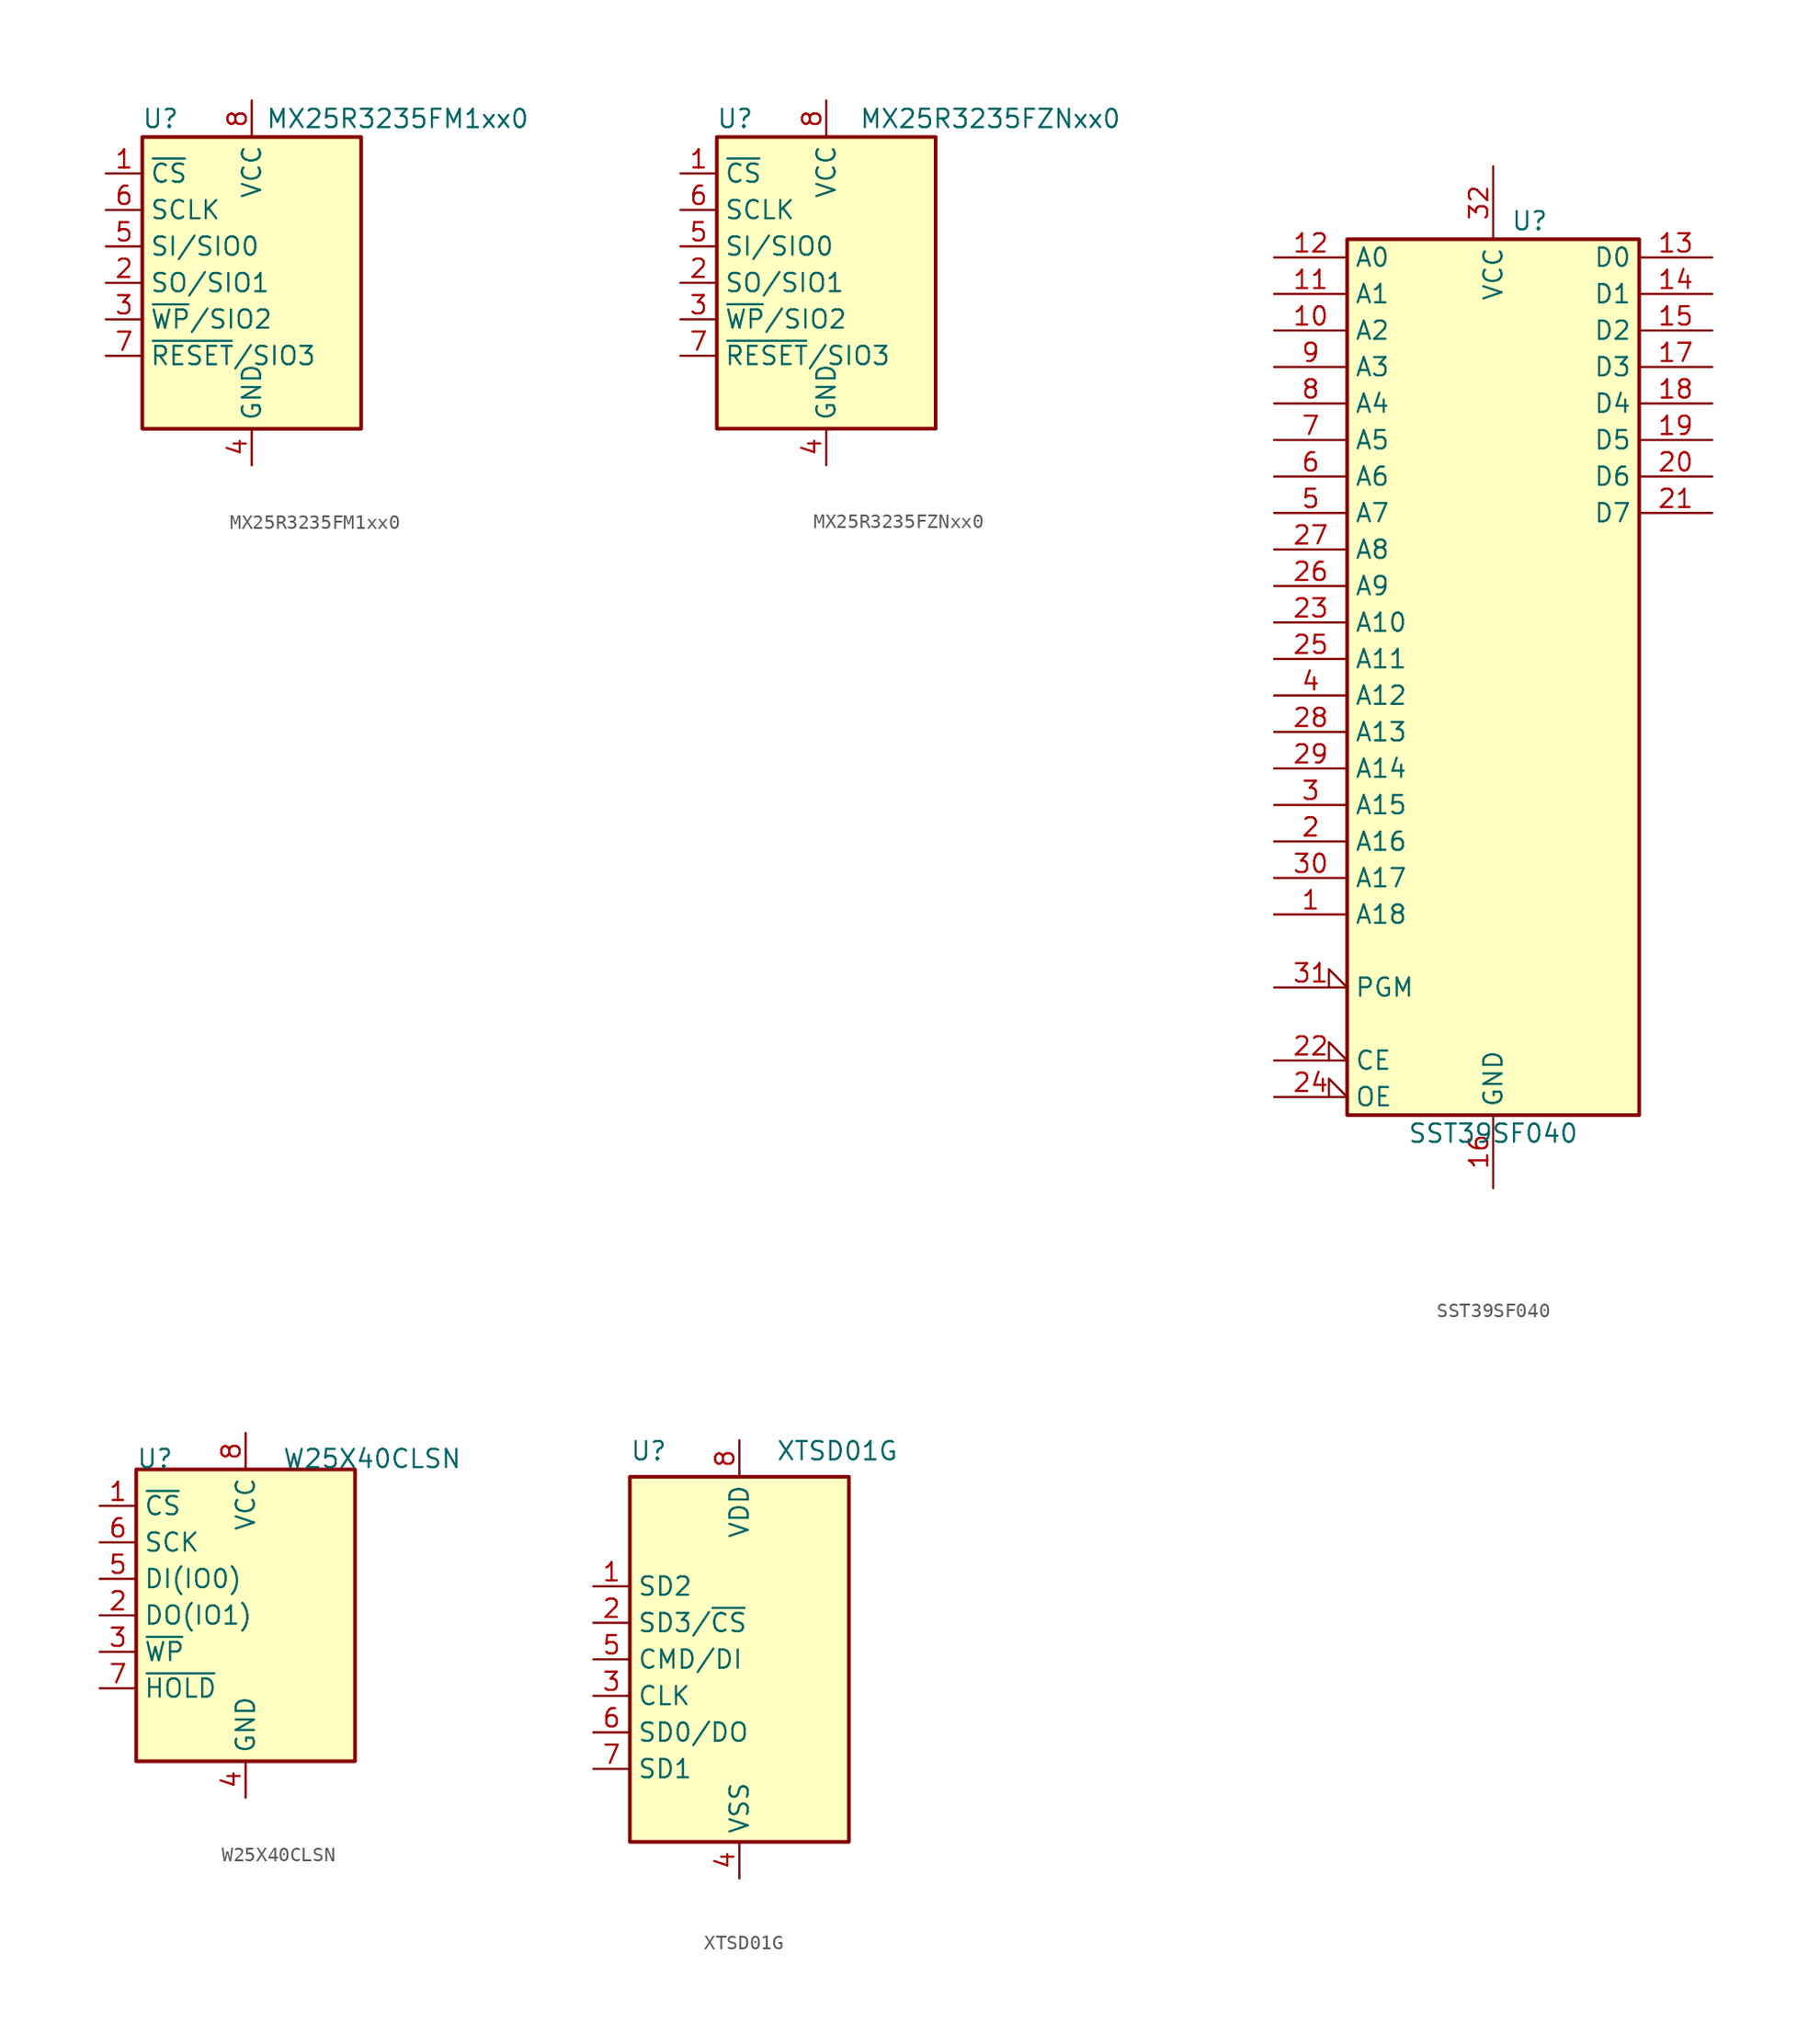
<source format=kicad_sym>
(kicad_symbol_lib
  (version 20231120)
  (generator "kicad_symbol_editor")
  (generator_version "8.0")
  (symbol "MX25R3235FM1xx0"
    (property "Reference" "U"
      (at -6.35 11.43 0)
      (effects (font (size 1.27 1.27))))
    (property "Value" "MX25R3235FM1xx0"
      (at 10.16 11.43 0)
      (effects (font (size 1.27 1.27))))
    (symbol "MX25R3235FM1xx0_0_1"
      (rectangle (start -7.62 10.16) (end 7.62 -10.16) (stroke (width 0.254) (type default)) (fill (type background))))
    (symbol "MX25R3235FM1xx0_1_1"
      (pin input line (at -10.16 7.62 0) (length 2.54) (name "~{CS}" (effects (font (size 1.27 1.27)))) (number "1" (effects (font (size 1.27 1.27)))))
      (pin bidirectional line (at -10.16 0 0) (length 2.54) (name "SO/SIO1" (effects (font (size 1.27 1.27)))) (number "2" (effects (font (size 1.27 1.27)))))
      (pin bidirectional line (at -10.16 -2.54 0) (length 2.54) (name "~{WP}/SIO2" (effects (font (size 1.27 1.27)))) (number "3" (effects (font (size 1.27 1.27)))))
      (pin power_in line (at 0 -12.7 90) (length 2.54) (name "GND" (effects (font (size 1.27 1.27)))) (number "4" (effects (font (size 1.27 1.27)))))
      (pin bidirectional line (at -10.16 2.54 0) (length 2.54) (name "SI/SIO0" (effects (font (size 1.27 1.27)))) (number "5" (effects (font (size 1.27 1.27)))))
      (pin input line (at -10.16 5.08 0) (length 2.54) (name "SCLK" (effects (font (size 1.27 1.27)))) (number "6" (effects (font (size 1.27 1.27)))))
      (pin bidirectional line (at -10.16 -5.08 0) (length 2.54) (name "~{RESET}/SIO3" (effects (font (size 1.27 1.27)))) (number "7" (effects (font (size 1.27 1.27)))))
      (pin power_in line (at 0 12.7 270) (length 2.54) (name "VCC" (effects (font (size 1.27 1.27)))) (number "8" (effects (font (size 1.27 1.27)))))))
  (symbol "MX25R3235FZNxx0"
    (property "Reference" "U"
      (at -6.35 11.43 0)
      (effects (font (size 1.27 1.27))))
    (property "Value" "MX25R3235FZNxx0"
      (at 11.43 11.43 0)
      (effects (font (size 1.27 1.27))))
    (symbol "MX25R3235FZNxx0_0_1"
      (rectangle (start -7.62 10.16) (end 7.62 -10.16) (stroke (width 0.254) (type default)) (fill (type background))))
    (symbol "MX25R3235FZNxx0_1_1"
      (pin input line (at -10.16 7.62 0) (length 2.54) (name "~{CS}" (effects (font (size 1.27 1.27)))) (number "1" (effects (font (size 1.27 1.27)))))
      (pin bidirectional line (at -10.16 0 0) (length 2.54) (name "SO/SIO1" (effects (font (size 1.27 1.27)))) (number "2" (effects (font (size 1.27 1.27)))))
      (pin bidirectional line (at -10.16 -2.54 0) (length 2.54) (name "~{WP}/SIO2" (effects (font (size 1.27 1.27)))) (number "3" (effects (font (size 1.27 1.27)))))
      (pin power_in line (at 0 -12.7 90) (length 2.54) (name "GND" (effects (font (size 1.27 1.27)))) (number "4" (effects (font (size 1.27 1.27)))))
      (pin bidirectional line (at -10.16 2.54 0) (length 2.54) (name "SI/SIO0" (effects (font (size 1.27 1.27)))) (number "5" (effects (font (size 1.27 1.27)))))
      (pin input line (at -10.16 5.08 0) (length 2.54) (name "SCLK" (effects (font (size 1.27 1.27)))) (number "6" (effects (font (size 1.27 1.27)))))
      (pin bidirectional line (at -10.16 -5.08 0) (length 2.54) (name "~{RESET}/SIO3" (effects (font (size 1.27 1.27)))) (number "7" (effects (font (size 1.27 1.27)))))
      (pin power_in line (at 0 12.7 270) (length 2.54) (name "VCC" (effects (font (size 1.27 1.27)))) (number "8" (effects (font (size 1.27 1.27)))))
      (pin passive line (at 0 -12.7 90) (length 2.54) hide (name "GND" (effects (font (size 1.27 1.27)))) (number "9" (effects (font (size 1.27 1.27)))))))
  (symbol "SST39SF040"
    (property "Reference" "U"
      (at 2.54 33.02 0)
      (effects (font (size 1.27 1.27))))
    (property "Value" "SST39SF040"
      (at 0 -30.48 0)
      (effects (font (size 1.27 1.27))))
    (symbol "SST39SF040_0_0"
      (pin power_in line (at 0 -34.29 90) (length 5.08) (name "GND" (effects (font (size 1.27 1.27)))) (number "16" (effects (font (size 1.27 1.27)))))
      (pin power_in line (at 0 36.83 270) (length 5.08) (name "VCC" (effects (font (size 1.27 1.27)))) (number "32" (effects (font (size 1.27 1.27))))))
    (symbol "SST39SF040_0_1"
      (rectangle (start -10.16 31.75) (end 10.16 -29.21) (stroke (width 0.254) (type default)) (fill (type background))))
    (symbol "SST39SF040_1_1"
      (pin input line (at -15.24 -15.24 0) (length 5.08) (name "A18" (effects (font (size 1.27 1.27)))) (number "1" (effects (font (size 1.27 1.27)))))
      (pin input line (at -15.24 25.4 0) (length 5.08) (name "A2" (effects (font (size 1.27 1.27)))) (number "10" (effects (font (size 1.27 1.27)))))
      (pin input line (at -15.24 27.94 0) (length 5.08) (name "A1" (effects (font (size 1.27 1.27)))) (number "11" (effects (font (size 1.27 1.27)))))
      (pin input line (at -15.24 30.48 0) (length 5.08) (name "A0" (effects (font (size 1.27 1.27)))) (number "12" (effects (font (size 1.27 1.27)))))
      (pin tri_state line (at 15.24 30.48 180) (length 5.08) (name "D0" (effects (font (size 1.27 1.27)))) (number "13" (effects (font (size 1.27 1.27)))))
      (pin tri_state line (at 15.24 27.94 180) (length 5.08) (name "D1" (effects (font (size 1.27 1.27)))) (number "14" (effects (font (size 1.27 1.27)))))
      (pin tri_state line (at 15.24 25.4 180) (length 5.08) (name "D2" (effects (font (size 1.27 1.27)))) (number "15" (effects (font (size 1.27 1.27)))))
      (pin tri_state line (at 15.24 22.86 180) (length 5.08) (name "D3" (effects (font (size 1.27 1.27)))) (number "17" (effects (font (size 1.27 1.27)))))
      (pin tri_state line (at 15.24 20.32 180) (length 5.08) (name "D4" (effects (font (size 1.27 1.27)))) (number "18" (effects (font (size 1.27 1.27)))))
      (pin tri_state line (at 15.24 17.78 180) (length 5.08) (name "D5" (effects (font (size 1.27 1.27)))) (number "19" (effects (font (size 1.27 1.27)))))
      (pin input line (at -15.24 -10.16 0) (length 5.08) (name "A16" (effects (font (size 1.27 1.27)))) (number "2" (effects (font (size 1.27 1.27)))))
      (pin tri_state line (at 15.24 15.24 180) (length 5.08) (name "D6" (effects (font (size 1.27 1.27)))) (number "20" (effects (font (size 1.27 1.27)))))
      (pin tri_state line (at 15.24 12.7 180) (length 5.08) (name "D7" (effects (font (size 1.27 1.27)))) (number "21" (effects (font (size 1.27 1.27)))))
      (pin input input_low (at -15.24 -25.4 0) (length 5.08) (name "CE" (effects (font (size 1.27 1.27)))) (number "22" (effects (font (size 1.27 1.27)))))
      (pin input line (at -15.24 5.08 0) (length 5.08) (name "A10" (effects (font (size 1.27 1.27)))) (number "23" (effects (font (size 1.27 1.27)))))
      (pin input input_low (at -15.24 -27.94 0) (length 5.08) (name "OE" (effects (font (size 1.27 1.27)))) (number "24" (effects (font (size 1.27 1.27)))))
      (pin input line (at -15.24 2.54 0) (length 5.08) (name "A11" (effects (font (size 1.27 1.27)))) (number "25" (effects (font (size 1.27 1.27)))))
      (pin input line (at -15.24 7.62 0) (length 5.08) (name "A9" (effects (font (size 1.27 1.27)))) (number "26" (effects (font (size 1.27 1.27)))))
      (pin input line (at -15.24 10.16 0) (length 5.08) (name "A8" (effects (font (size 1.27 1.27)))) (number "27" (effects (font (size 1.27 1.27)))))
      (pin input line (at -15.24 -2.54 0) (length 5.08) (name "A13" (effects (font (size 1.27 1.27)))) (number "28" (effects (font (size 1.27 1.27)))))
      (pin input line (at -15.24 -5.08 0) (length 5.08) (name "A14" (effects (font (size 1.27 1.27)))) (number "29" (effects (font (size 1.27 1.27)))))
      (pin input line (at -15.24 -7.62 0) (length 5.08) (name "A15" (effects (font (size 1.27 1.27)))) (number "3" (effects (font (size 1.27 1.27)))))
      (pin input line (at -15.24 -12.7 0) (length 5.08) (name "A17" (effects (font (size 1.27 1.27)))) (number "30" (effects (font (size 1.27 1.27)))))
      (pin input input_low (at -15.24 -20.32 0) (length 5.08) (name "PGM" (effects (font (size 1.27 1.27)))) (number "31" (effects (font (size 1.27 1.27)))))
      (pin input line (at -15.24 0 0) (length 5.08) (name "A12" (effects (font (size 1.27 1.27)))) (number "4" (effects (font (size 1.27 1.27)))))
      (pin input line (at -15.24 12.7 0) (length 5.08) (name "A7" (effects (font (size 1.27 1.27)))) (number "5" (effects (font (size 1.27 1.27)))))
      (pin input line (at -15.24 15.24 0) (length 5.08) (name "A6" (effects (font (size 1.27 1.27)))) (number "6" (effects (font (size 1.27 1.27)))))
      (pin input line (at -15.24 17.78 0) (length 5.08) (name "A5" (effects (font (size 1.27 1.27)))) (number "7" (effects (font (size 1.27 1.27)))))
      (pin input line (at -15.24 20.32 0) (length 5.08) (name "A4" (effects (font (size 1.27 1.27)))) (number "8" (effects (font (size 1.27 1.27)))))
      (pin input line (at -15.24 22.86 0) (length 5.08) (name "A3" (effects (font (size 1.27 1.27)))) (number "9" (effects (font (size 1.27 1.27)))))))
  (symbol "W25X40CLSN"
    (property "Reference" "U"
      (at -7.62 10.16 0)
      (effects (font (size 1.27 1.27)) (justify left bottom)))
    (property "Value" "W25X40CLSN"
      (at 2.54 10.16 0)
      (effects (font (size 1.27 1.27)) (justify left bottom)))
    (symbol "W25X40CLSN_0_1"
      (rectangle (start -7.62 10.16) (end 7.62 -10.16) (stroke (width 0.254) (type default)) (fill (type background))))
    (symbol "W25X40CLSN_1_1"
      (pin input line (at -10.16 7.62 0) (length 2.54) (name "~{CS}" (effects (font (size 1.27 1.27)))) (number "1" (effects (font (size 1.27 1.27)))))
      (pin bidirectional line (at -10.16 0 0) (length 2.54) (name "DO(IO1)" (effects (font (size 1.27 1.27)))) (number "2" (effects (font (size 1.27 1.27)))))
      (pin bidirectional line (at -10.16 -2.54 0) (length 2.54) (name "~{WP}" (effects (font (size 1.27 1.27)))) (number "3" (effects (font (size 1.27 1.27)))))
      (pin power_in line (at 0 -12.7 90) (length 2.54) (name "GND" (effects (font (size 1.27 1.27)))) (number "4" (effects (font (size 1.27 1.27)))))
      (pin bidirectional line (at -10.16 2.54 0) (length 2.54) (name "DI(IO0)" (effects (font (size 1.27 1.27)))) (number "5" (effects (font (size 1.27 1.27)))))
      (pin input line (at -10.16 5.08 0) (length 2.54) (name "SCK" (effects (font (size 1.27 1.27)))) (number "6" (effects (font (size 1.27 1.27)))))
      (pin bidirectional line (at -10.16 -5.08 0) (length 2.54) (name "~{HOLD}" (effects (font (size 1.27 1.27)))) (number "7" (effects (font (size 1.27 1.27)))))
      (pin power_in line (at 0 12.7 270) (length 2.54) (name "VCC" (effects (font (size 1.27 1.27)))) (number "8" (effects (font (size 1.27 1.27)))))))
  (symbol "XTSD01G"
    (property "Reference" "U"
      (at -7.62 15.24 0)
      (effects (font (size 1.27 1.27)) (justify left top)))
    (property "Value" "XTSD01G"
      (at 2.54 15.24 0)
      (effects (font (size 1.27 1.27)) (justify left top)))
    (symbol "XTSD01G_0_1"
      (rectangle (start -7.62 12.7) (end 7.62 -12.7) (stroke (width 0.254) (type default)) (fill (type background))))
    (symbol "XTSD01G_1_1"
      (pin bidirectional line (at -10.16 5.08 0) (length 2.54) (name "SD2" (effects (font (size 1.27 1.27)))) (number "1" (effects (font (size 1.27 1.27)))))
      (pin bidirectional line (at -10.16 2.54 0) (length 2.54) (name "SD3/~{CS}" (effects (font (size 1.27 1.27)))) (number "2" (effects (font (size 1.27 1.27)))))
      (pin input line (at -10.16 -2.54 0) (length 2.54) (name "CLK" (effects (font (size 1.27 1.27)))) (number "3" (effects (font (size 1.27 1.27)))))
      (pin power_in line (at 0 -15.24 90) (length 2.54) (name "VSS" (effects (font (size 1.27 1.27)))) (number "4" (effects (font (size 1.27 1.27)))))
      (pin input line (at -10.16 0 0) (length 2.54) (name "CMD/DI" (effects (font (size 1.27 1.27)))) (number "5" (effects (font (size 1.27 1.27)))))
      (pin bidirectional line (at -10.16 -5.08 0) (length 2.54) (name "SD0/DO" (effects (font (size 1.27 1.27)))) (number "6" (effects (font (size 1.27 1.27)))))
      (pin bidirectional line (at -10.16 -7.62 0) (length 2.54) (name "SD1" (effects (font (size 1.27 1.27)))) (number "7" (effects (font (size 1.27 1.27)))))
      (pin power_in line (at 0 15.24 270) (length 2.54) (name "VDD" (effects (font (size 1.27 1.27)))) (number "8" (effects (font (size 1.27 1.27))))))))
</source>
